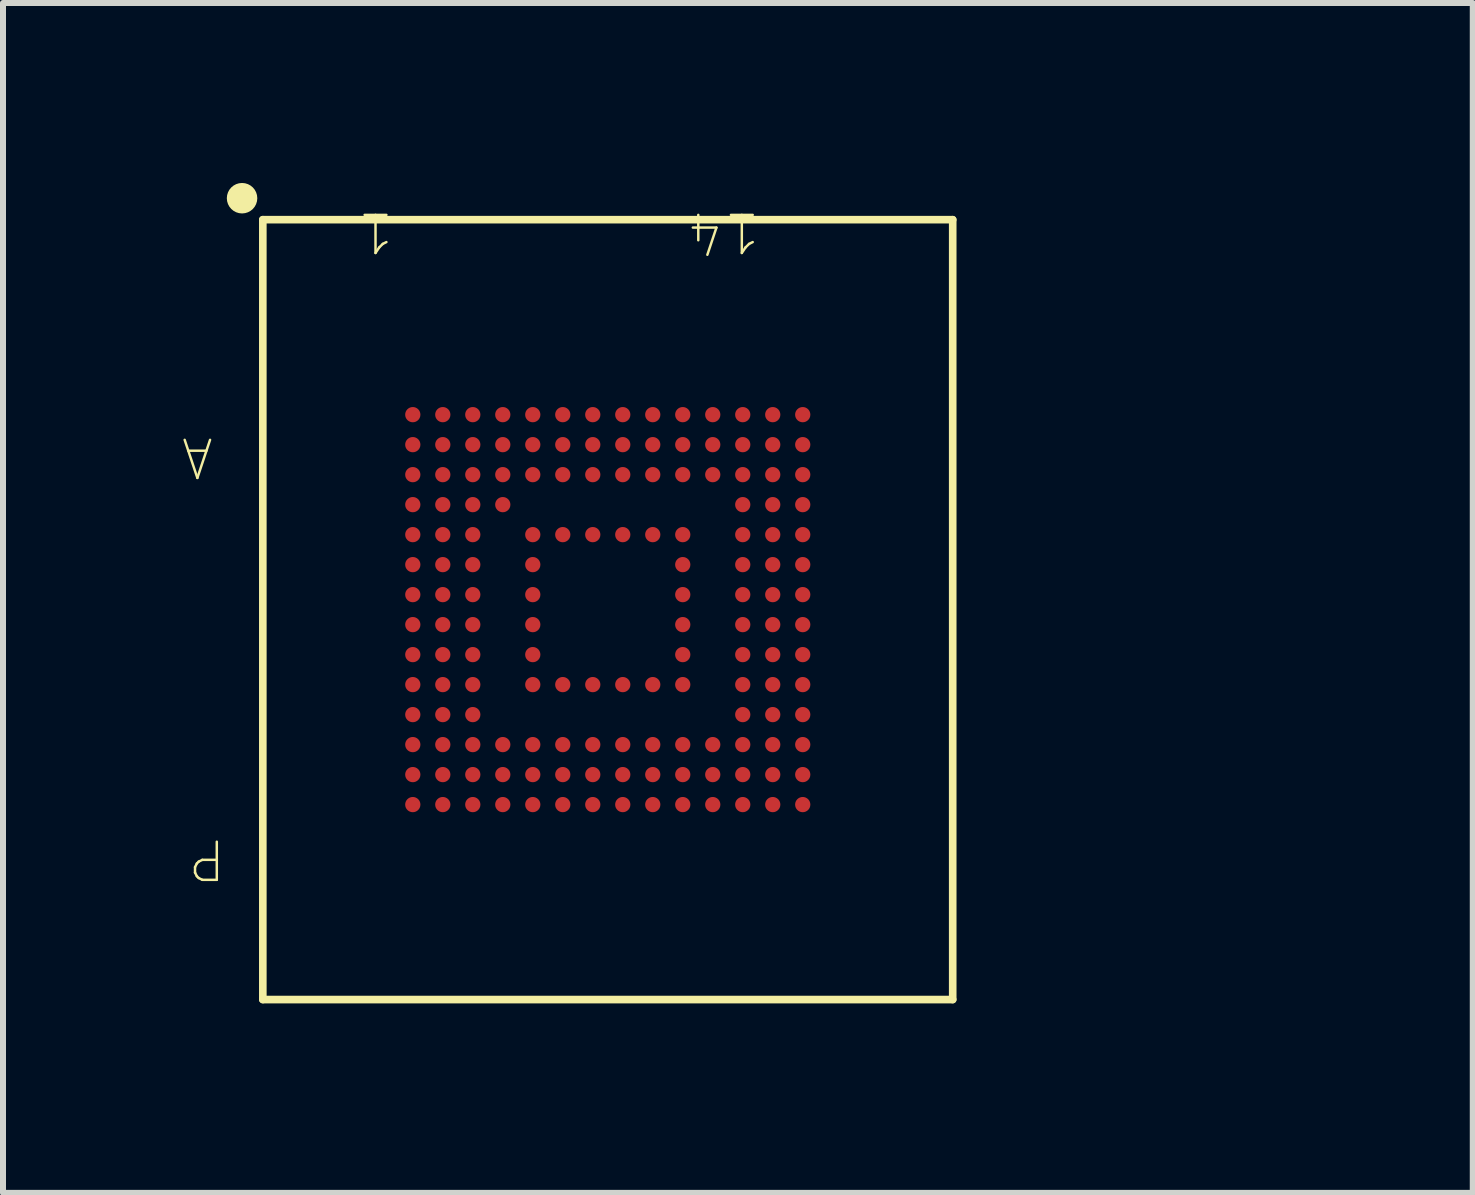
<source format=kicad_pcb>
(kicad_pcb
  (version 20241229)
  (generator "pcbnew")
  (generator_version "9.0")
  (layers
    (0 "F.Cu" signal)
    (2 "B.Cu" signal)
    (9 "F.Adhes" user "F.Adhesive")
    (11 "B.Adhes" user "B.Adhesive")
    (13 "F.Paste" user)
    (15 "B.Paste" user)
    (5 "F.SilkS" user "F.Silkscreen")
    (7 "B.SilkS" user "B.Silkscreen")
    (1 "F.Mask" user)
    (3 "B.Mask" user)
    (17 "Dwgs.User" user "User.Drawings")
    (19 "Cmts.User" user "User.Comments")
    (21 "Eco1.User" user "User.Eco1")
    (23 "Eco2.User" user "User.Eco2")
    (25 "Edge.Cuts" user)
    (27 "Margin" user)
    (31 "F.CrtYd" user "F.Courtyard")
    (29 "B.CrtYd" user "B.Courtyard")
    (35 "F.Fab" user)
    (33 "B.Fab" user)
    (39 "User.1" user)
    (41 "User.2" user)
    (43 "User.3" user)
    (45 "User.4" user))
  (footprint "BGA153_P14_P5_11P5X13"
    (layer "F.Cu")
    (at 7.081 7.112)
    (property "Reference" "BGA153_P14_P5_11P5X13" (at -0.206 0.264 90) (unlocked yes) (layer "Eco1.User") (effects (font (size 0.33 0.33) (thickness 0.02)) (justify left bottom mirror)))
    (fp_line (start -5.75 -6.5) (end -5.75 6.5) (stroke (width 0.127) (type solid)) (layer "F.SilkS"))
    (fp_line (start 5.75 -6.5) (end -5.75 -6.5) (stroke (width 0.127) (type solid)) (layer "F.SilkS"))
    (fp_line (start 5.75 -6.5) (end 5.75 6.5) (stroke (width 0.127) (type solid)) (layer "F.SilkS"))
    (fp_line (start 5.75 6.5) (end -5.75 6.5) (stroke (width 0.127) (type solid)) (layer "F.SilkS"))
    (fp_circle (center -6.096 -6.858) (end -5.969 -6.858) (stroke (width 0.254) (type solid)) (fill no) (layer "F.SilkS"))
    (fp_line (start -5.75 -6.5) (end -5.75 6.5) (stroke (width 0.025) (type solid)) (layer "Eco1.User"))
    (fp_line (start 5.75 -6.5) (end -5.75 -6.5) (stroke (width 0.025) (type solid)) (layer "Eco1.User"))
    (fp_line (start 5.75 -6.5) (end 5.75 6.5) (stroke (width 0.025) (type solid)) (layer "Eco1.User"))
    (fp_line (start 5.75 6.5) (end -5.75 6.5) (stroke (width 0.025) (type solid)) (layer "Eco1.User"))
    (fp_circle (center -5.461 -6.223) (end -5.334 -6.223) (stroke (width 0.254) (type solid)) (fill no) (layer "Eco1.User"))
    (fp_poly (pts (xy -5.75 6.5) (xy 5.75 6.5) (xy 5.75 -6.5) (xy -5.75 -6.5)) (stroke (width 0.1) (type default)) (fill no) (layer "User.8"))
    (fp_text user "1" (at -3.542 -6.66 180) (unlocked yes) (layer "F.SilkS") (effects (font (size 0.635 0.635) (thickness 0.041)) (justify left bottom)))
    (fp_text user "P" (at -6.339 3.789 180) (unlocked yes) (layer "F.SilkS") (effects (font (size 0.635 0.635) (thickness 0.041)) (justify left bottom)))
    (fp_text user "14" (at 2.564 -6.66 180) (unlocked yes) (layer "F.SilkS") (effects (font (size 0.635 0.635) (thickness 0.041)) (justify left bottom)))
    (fp_text user "A" (at -6.542 -2.91 180) (unlocked yes) (layer "F.SilkS") (effects (font (size 0.635 0.635) (thickness 0.041)) (justify left bottom)))
    (fp_text user "D1" (at -3.25 -1.563 180) (unlocked yes) (layer "Eco1.User") (effects (font (size 0.203 0.203) (thickness 0.02)) (justify left bottom mirror)))
    (fp_text user "J10" (at 1.25 1.019 180) (unlocked yes) (layer "Eco1.User") (effects (font (size 0.203 0.203) (thickness 0.02)) (justify left bottom mirror)))
    (fp_text user "J2" (at -2.75 0.938 180) (unlocked yes) (layer "Eco1.User") (effects (font (size 0.203 0.203) (thickness 0.02)) (justify left bottom mirror)))
    (fp_text user "L14" (at 3.25 2.019 180) (unlocked yes) (layer "Eco1.User") (effects (font (size 0.203 0.203) (thickness 0.02)) (justify left bottom mirror)))
    (fp_text user "J12" (at 2.25 1.019 180) (unlocked yes) (layer "Eco1.User") (effects (font (size 0.203 0.203) (thickness 0.02)) (justify left bottom mirror)))
    (fp_text user "E14" (at 3.25 -0.981 180) (unlocked yes) (layer "Eco1.User") (effects (font (size 0.203 0.203) (thickness 0.02)) (justify left bottom mirror)))
    (fp_text user "B10" (at 1.25 -2.481 180) (unlocked yes) (layer "Eco1.User") (effects (font (size 0.203 0.203) (thickness 0.02)) (justify left bottom mirror)))
    (fp_text user "C10" (at 1.25 -1.981 180) (unlocked yes) (layer "Eco1.User") (effects (font (size 0.203 0.203) (thickness 0.02)) (justify left bottom mirror)))
    (fp_text user "P3" (at -2.25 3.437 180) (unlocked yes) (layer "Eco1.User") (effects (font (size 0.203 0.203) (thickness 0.02)) (justify left bottom mirror)))
    (fp_text user "B12" (at 2.25 -2.481 180) (unlocked yes) (layer "Eco1.User") (effects (font (size 0.203 0.203) (thickness 0.02)) (justify left bottom mirror)))
    (fp_text user "M9" (at 0.75 2.437 180) (unlocked yes) (layer "Eco1.User") (effects (font (size 0.203 0.203) (thickness 0.02)) (justify left bottom mirror)))
    (fp_text user "P11" (at 1.75 3.519 180) (unlocked yes) (layer "Eco1.User") (effects (font (size 0.203 0.203) (thickness 0.02)) (justify left bottom mirror)))
    (fp_text user "F5" (at -1.25 -0.563 180) (unlocked yes) (layer "Eco1.User") (effects (font (size 0.203 0.203) (thickness 0.02)) (justify left bottom mirror)))
    (fp_text user "J14" (at 3.25 1.019 180) (unlocked yes) (layer "Eco1.User") (effects (font (size 0.203 0.203) (thickness 0.02)) (justify left bottom mirror)))
    (fp_text user "L1" (at -3.25 1.938 180) (unlocked yes) (layer "Eco1.User") (effects (font (size 0.203 0.203) (thickness 0.02)) (justify left bottom mirror)))
    (fp_text user "N4" (at -1.75 2.938 180) (unlocked yes) (layer "Eco1.User") (effects (font (size 0.203 0.203) (thickness 0.02)) (justify left bottom mirror)))
    (fp_text user "A1" (at -3.25 -3.062 180) (unlocked yes) (layer "Eco1.User") (effects (font (size 0.203 0.203) (thickness 0.02)) (justify left bottom mirror)))
    (fp_text user "K10" (at 1.25 1.519 180) (unlocked yes) (layer "Eco1.User") (effects (font (size 0.203 0.203) (thickness 0.02)) (justify left bottom mirror)))
    (fp_text user "L13" (at 2.75 2.019 180) (unlocked yes) (layer "Eco1.User") (effects (font (size 0.203 0.203) (thickness 0.02)) (justify left bottom mirror)))
    (fp_text user "K7" (at -0.25 1.437 180) (unlocked yes) (layer "Eco1.User") (effects (font (size 0.203 0.203) (thickness 0.02)) (justify left bottom mirror)))
    (fp_text user "C4" (at -1.75 -2.062 180) (unlocked yes) (layer "Eco1.User") (effects (font (size 0.203 0.203) (thickness 0.02)) (justify left bottom mirror)))
    (fp_text user "B6" (at -0.75 -2.563 180) (unlocked yes) (layer "Eco1.User") (effects (font (size 0.203 0.203) (thickness 0.02)) (justify left bottom mirror)))
    (fp_text user "A5" (at -1.25 -3.062 180) (unlocked yes) (layer "Eco1.User") (effects (font (size 0.203 0.203) (thickness 0.02)) (justify left bottom mirror)))
    (fp_text user "F2" (at -2.75 -0.563 180) (unlocked yes) (layer "Eco1.User") (effects (font (size 0.203 0.203) (thickness 0.02)) (justify left bottom mirror)))
    (fp_text user "H5" (at -1.25 0.437 180) (unlocked yes) (layer "Eco1.User") (effects (font (size 0.203 0.203) (thickness 0.02)) (justify left bottom mirror)))
    (fp_text user "E1" (at -3.25 -1.062 180) (unlocked yes) (layer "Eco1.User") (effects (font (size 0.203 0.203) (thickness 0.02)) (justify left bottom mirror)))
    (fp_text user "L3" (at -2.25 1.938 180) (unlocked yes) (layer "Eco1.User") (effects (font (size 0.203 0.203) (thickness 0.02)) (justify left bottom mirror)))
    (fp_text user "F13" (at 2.75 -0.481 180) (unlocked yes) (layer "Eco1.User") (effects (font (size 0.203 0.203) (thickness 0.02)) (justify left bottom mirror)))
    (fp_text user "N14" (at 3.25 3.019 180) (unlocked yes) (layer "Eco1.User") (effects (font (size 0.203 0.203) (thickness 0.02)) (justify left bottom mirror)))
    (fp_text user "J5" (at -1.25 0.938 180) (unlocked yes) (layer "Eco1.User") (effects (font (size 0.203 0.203) (thickness 0.02)) (justify left bottom mirror)))
    (fp_text user "C9" (at 0.75 -2.062 180) (unlocked yes) (layer "Eco1.User") (effects (font (size 0.203 0.203) (thickness 0.02)) (justify left bottom mirror)))
    (fp_text user "M1" (at -3.25 2.437 180) (unlocked yes) (layer "Eco1.User") (effects (font (size 0.203 0.203) (thickness 0.02)) (justify left bottom mirror)))
    (fp_text user "14" (at 2.54 -6.653 180) (unlocked yes) (layer "Eco1.User") (effects (font (size 0.635 0.635) (thickness 0.041)) (justify left bottom mirror)))
    (fp_text user "K8" (at 0.25 1.437 180) (unlocked yes) (layer "Eco1.User") (effects (font (size 0.203 0.203) (thickness 0.02)) (justify left bottom mirror)))
    (fp_text user "P14" (at 3.25 3.519 180) (unlocked yes) (layer "Eco1.User") (effects (font (size 0.203 0.203) (thickness 0.02)) (justify left bottom mirror)))
    (fp_text user "B3" (at -2.25 -2.563 180) (unlocked yes) (layer "Eco1.User") (effects (font (size 0.203 0.203) (thickness 0.02)) (justify left bottom mirror)))
    (fp_text user "A12" (at 2.25 -2.981 180) (unlocked yes) (layer "Eco1.User") (effects (font (size 0.203 0.203) (thickness 0.02)) (justify left bottom mirror)))
    (fp_text user "M14" (at 3.25 2.519 180) (unlocked yes) (layer "Eco1.User") (effects (font (size 0.203 0.203) (thickness 0.02)) (justify left bottom mirror)))
    (fp_text user "P7" (at -0.25 3.437 180) (unlocked yes) (layer "Eco1.User") (effects (font (size 0.203 0.203) (thickness 0.02)) (justify left bottom mirror)))
    (fp_text user "D12" (at 2.25 -1.481 180) (unlocked yes) (layer "Eco1.User") (effects (font (size 0.203 0.203) (thickness 0.02)) (justify left bottom mirror)))
    (fp_text user "B1" (at -3.25 -2.563 180) (unlocked yes) (layer "Eco1.User") (effects (font (size 0.203 0.203) (thickness 0.02)) (justify left bottom mirror)))
    (fp_text user "G1" (at -3.25 -0.062 180) (unlocked yes) (layer "Eco1.User") (effects (font (size 0.203 0.203) (thickness 0.02)) (justify left bottom mirror)))
    (fp_text user "EMMC04G-MT32-01G10" (at -0.127 -3.859 180) (unlocked yes) (layer "Eco1.User") (effects (font (size 0.635 0.635) (thickness 0.041)) (justify left bottom mirror)))
    (fp_text user "E9" (at 0.75 -1.062 180) (unlocked yes) (layer "Eco1.User") (effects (font (size 0.203 0.203) (thickness 0.02)) (justify left bottom mirror)))
    (fp_text user "H3" (at -2.25 0.437 180) (unlocked yes) (layer "Eco1.User") (effects (font (size 0.203 0.203) (thickness 0.02)) (justify left bottom mirror)))
    (fp_text user "C5" (at -1.25 -2.062 180) (unlocked yes) (layer "Eco1.User") (effects (font (size 0.203 0.203) (thickness 0.02)) (justify left bottom mirror)))
    (fp_text user "M4" (at -1.75 2.437 180) (unlocked yes) (layer "Eco1.User") (effects (font (size 0.203 0.203) (thickness 0.02)) (justify left bottom mirror)))
    (fp_text user "M7" (at -0.25 2.437 180) (unlocked yes) (layer "Eco1.User") (effects (font (size 0.203 0.203) (thickness 0.02)) (justify left bottom mirror)))
    (fp_text user "M8" (at 0.25 2.437 180) (unlocked yes) (layer "Eco1.User") (effects (font (size 0.203 0.203) (thickness 0.02)) (justify left bottom mirror)))
    (fp_text user "B2" (at -2.75 -2.563 180) (unlocked yes) (layer "Eco1.User") (effects (font (size 0.203 0.203) (thickness 0.02)) (justify left bottom mirror)))
    (fp_text user "K14" (at 3.25 1.519 180) (unlocked yes) (layer "Eco1.User") (effects (font (size 0.203 0.203) (thickness 0.02)) (justify left bottom mirror)))
    (fp_text user "B11" (at 1.75 -2.481 180) (unlocked yes) (layer "Eco1.User") (effects (font (size 0.203 0.203) (thickness 0.02)) (justify left bottom mirror)))
    (fp_text user "N12" (at 2.25 3.019 180) (unlocked yes) (layer "Eco1.User") (effects (font (size 0.203 0.203) (thickness 0.02)) (justify left bottom mirror)))
    (fp_text user "B8" (at 0.25 -2.563 180) (unlocked yes) (layer "Eco1.User") (effects (font (size 0.203 0.203) (thickness 0.02)) (justify left bottom mirror)))
    (fp_text user "D4" (at -1.75 -1.563 180) (unlocked yes) (layer "Eco1.User") (effects (font (size 0.203 0.203) (thickness 0.02)) (justify left bottom mirror)))
    (fp_text user "P12" (at 2.25 3.519 180) (unlocked yes) (layer "Eco1.User") (effects (font (size 0.203 0.203) (thickness 0.02)) (justify left bottom mirror)))
    (fp_text user "F3" (at -2.25 -0.563 180) (unlocked yes) (layer "Eco1.User") (effects (font (size 0.203 0.203) (thickness 0.02)) (justify left bottom mirror)))
    (fp_text user "D14" (at 3.25 -1.481 180) (unlocked yes) (layer "Eco1.User") (effects (font (size 0.203 0.203) (thickness 0.02)) (justify left bottom mirror)))
    (fp_text user "C12" (at 2.25 -1.981 180) (unlocked yes) (layer "Eco1.User") (effects (font (size 0.203 0.203) (thickness 0.02)) (justify left bottom mirror)))
    (fp_text user "B7" (at -0.25 -2.563 180) (unlocked yes) (layer "Eco1.User") (effects (font (size 0.203 0.203) (thickness 0.02)) (justify left bottom mirror)))
    (fp_text user "H1" (at -3.25 0.437 180) (unlocked yes) (layer "Eco1.User") (effects (font (size 0.203 0.203) (thickness 0.02)) (justify left bottom mirror)))
    (fp_text user "A" (at -6.477 -2.843 180) (unlocked yes) (layer "Eco1.User") (effects (font (size 0.635 0.635) (thickness 0.041)) (justify left bottom mirror)))
    (fp_text user "B4" (at -1.75 -2.563 180) (unlocked yes) (layer "Eco1.User") (effects (font (size 0.203 0.203) (thickness 0.02)) (justify left bottom mirror)))
    (fp_text user "A9" (at 0.75 -3.062 180) (unlocked yes) (layer "Eco1.User") (effects (font (size 0.203 0.203) (thickness 0.02)) (justify left bottom mirror)))
    (fp_text user "B14" (at 3.25 -2.481 180) (unlocked yes) (layer "Eco1.User") (effects (font (size 0.203 0.203) (thickness 0.02)) (justify left bottom mirror)))
    (fp_text user "P10" (at 1.25 3.519 180) (unlocked yes) (layer "Eco1.User") (effects (font (size 0.203 0.203) (thickness 0.02)) (justify left bottom mirror)))
    (fp_text user "L2" (at -2.75 1.938 180) (unlocked yes) (layer "Eco1.User") (effects (font (size 0.203 0.203) (thickness 0.02)) (justify left bottom mirror)))
    (fp_text user "M10" (at 1.25 2.519 180) (unlocked yes) (layer "Eco1.User") (effects (font (size 0.203 0.203) (thickness 0.02)) (justify left bottom mirror)))
    (fp_text user "N1" (at -3.25 2.938 180) (unlocked yes) (layer "Eco1.User") (effects (font (size 0.203 0.203) (thickness 0.02)) (justify left bottom mirror)))
    (fp_text user "N13" (at 2.75 3.019 180) (unlocked yes) (layer "Eco1.User") (effects (font (size 0.203 0.203) (thickness 0.02)) (justify left bottom mirror)))
    (fp_text user "H10" (at 1.25 0.519 180) (unlocked yes) (layer "Eco1.User") (effects (font (size 0.203 0.203) (thickness 0.02)) (justify left bottom mirror)))
    (fp_text user "F12" (at 2.25 -0.481 180) (unlocked yes) (layer "Eco1.User") (effects (font (size 0.203 0.203) (thickness 0.02)) (justify left bottom mirror)))
    (fp_text user "P9" (at 0.75 3.437 180) (unlocked yes) (layer "Eco1.User") (effects (font (size 0.203 0.203) (thickness 0.02)) (justify left bottom mirror)))
    (fp_text user "C14" (at 3.25 -1.981 180) (unlocked yes) (layer "Eco1.User") (effects (font (size 0.203 0.203) (thickness 0.02)) (justify left bottom mirror)))
    (fp_text user "E3" (at -2.25 -1.062 180) (unlocked yes) (layer "Eco1.User") (effects (font (size 0.203 0.203) (thickness 0.02)) (justify left bottom mirror)))
    (fp_text user "A4" (at -1.75 -3.062 180) (unlocked yes) (layer "Eco1.User") (effects (font (size 0.203 0.203) (thickness 0.02)) (justify left bottom mirror)))
    (fp_text user "N3" (at -2.25 2.938 180) (unlocked yes) (layer "Eco1.User") (effects (font (size 0.203 0.203) (thickness 0.02)) (justify left bottom mirror)))
    (fp_text user "K1" (at -3.25 1.437 180) (unlocked yes) (layer "Eco1.User") (effects (font (size 0.203 0.203) (thickness 0.02)) (justify left bottom mirror)))
    (fp_text user "C11" (at 1.75 -1.981 180) (unlocked yes) (layer "Eco1.User") (effects (font (size 0.203 0.203) (thickness 0.02)) (justify left bottom mirror)))
    (fp_text user "J3" (at -2.25 0.938 180) (unlocked yes) (layer "Eco1.User") (effects (font (size 0.203 0.203) (thickness 0.02)) (justify left bottom mirror)))
    (fp_text user "N2" (at -2.75 2.938 180) (unlocked yes) (layer "Eco1.User") (effects (font (size 0.203 0.203) (thickness 0.02)) (justify left bottom mirror)))
    (fp_text user "M6" (at -0.75 2.437 180) (unlocked yes) (layer "Eco1.User") (effects (font (size 0.203 0.203) (thickness 0.02)) (justify left bottom mirror)))
    (fp_text user "C6" (at -0.75 -2.062 180) (unlocked yes) (layer "Eco1.User") (effects (font (size 0.203 0.203) (thickness 0.02)) (justify left bottom mirror)))
    (fp_text user "A3" (at -2.25 -3.062 180) (unlocked yes) (layer "Eco1.User") (effects (font (size 0.203 0.203) (thickness 0.02)) (justify left bottom mirror)))
    (fp_text user "A10" (at 1.25 -2.981 180) (unlocked yes) (layer "Eco1.User") (effects (font (size 0.203 0.203) (thickness 0.02)) (justify left bottom mirror)))
    (fp_text user "B9" (at 0.75 -2.563 180) (unlocked yes) (layer "Eco1.User") (effects (font (size 0.203 0.203) (thickness 0.02)) (justify left bottom mirror)))
    (fp_text user "N6" (at -0.75 2.938 180) (unlocked yes) (layer "Eco1.User") (effects (font (size 0.203 0.203) (thickness 0.02)) (justify left bottom mirror)))
    (fp_text user "G10" (at 1.25 0.019 180) (unlocked yes) (layer "Eco1.User") (effects (font (size 0.203 0.203) (thickness 0.02)) (justify left bottom mirror)))
    (fp_text user "M5" (at -1.25 2.437 180) (unlocked yes) (layer "Eco1.User") (effects (font (size 0.203 0.203) (thickness 0.02)) (justify left bottom mirror)))
    (fp_text user "C13" (at 2.75 -1.981 180) (unlocked yes) (layer "Eco1.User") (effects (font (size 0.203 0.203) (thickness 0.02)) (justify left bottom mirror)))
    (fp_text user "F10" (at 1.25 -0.481 180) (unlocked yes) (layer "Eco1.User") (effects (font (size 0.203 0.203) (thickness 0.02)) (justify left bottom mirror)))
    (fp_text user "A14" (at 3.25 -2.981 180) (unlocked yes) (layer "Eco1.User") (effects (font (size 0.203 0.203) (thickness 0.02)) (justify left bottom mirror)))
    (fp_text user "H13" (at 2.75 0.519 180) (unlocked yes) (layer "Eco1.User") (effects (font (size 0.203 0.203) (thickness 0.02)) (justify left bottom mirror)))
    (fp_text user "A7" (at -0.25 -3.062 180) (unlocked yes) (layer "Eco1.User") (effects (font (size 0.203 0.203) (thickness 0.02)) (justify left bottom mirror)))
    (fp_text user "G12" (at 2.25 0.019 180) (unlocked yes) (layer "Eco1.User") (effects (font (size 0.203 0.203) (thickness 0.02)) (justify left bottom mirror)))
    (fp_text user "M2" (at -2.75 2.437 180) (unlocked yes) (layer "Eco1.User") (effects (font (size 0.203 0.203) (thickness 0.02)) (justify left bottom mirror)))
    (fp_text user "E12" (at 2.25 -0.981 180) (unlocked yes) (layer "Eco1.User") (effects (font (size 0.203 0.203) (thickness 0.02)) (justify left bottom mirror)))
    (fp_text user "E13" (at 2.75 -0.981 180) (unlocked yes) (layer "Eco1.User") (effects (font (size 0.203 0.203) (thickness 0.02)) (justify left bottom mirror)))
    (fp_text user "C8" (at 0.25 -2.062 180) (unlocked yes) (layer "Eco1.User") (effects (font (size 0.203 0.203) (thickness 0.02)) (justify left bottom mirror)))
    (fp_text user "H12" (at 2.25 0.519 180) (unlocked yes) (layer "Eco1.User") (effects (font (size 0.203 0.203) (thickness 0.02)) (justify left bottom mirror)))
    (fp_text user "P13" (at 2.75 3.519 180) (unlocked yes) (layer "Eco1.User") (effects (font (size 0.203 0.203) (thickness 0.02)) (justify left bottom mirror)))
    (fp_text user "N7" (at -0.25 2.938 180) (unlocked yes) (layer "Eco1.User") (effects (font (size 0.203 0.203) (thickness 0.02)) (justify left bottom mirror)))
    (fp_text user "G3" (at -2.25 -0.062 180) (unlocked yes) (layer "Eco1.User") (effects (font (size 0.203 0.203) (thickness 0.02)) (justify left bottom mirror)))
    (fp_text user "G2" (at -2.75 -0.062 180) (unlocked yes) (layer "Eco1.User") (effects (font (size 0.203 0.203) (thickness 0.02)) (justify left bottom mirror)))
    (fp_text user "E10" (at 1.25 -0.981 180) (unlocked yes) (layer "Eco1.User") (effects (font (size 0.203 0.203) (thickness 0.02)) (justify left bottom mirror)))
    (fp_text user "K2" (at -2.75 1.437 180) (unlocked yes) (layer "Eco1.User") (effects (font (size 0.203 0.203) (thickness 0.02)) (justify left bottom mirror)))
    (fp_text user "P" (at -6.477 3.888 180) (unlocked yes) (layer "Eco1.User") (effects (font (size 0.635 0.635) (thickness 0.041)) (justify left bottom mirror)))
    (fp_text user "N5" (at -1.25 2.938 180) (unlocked yes) (layer "Eco1.User") (effects (font (size 0.203 0.203) (thickness 0.02)) (justify left bottom mirror)))
    (fp_text user "E7" (at -0.25 -1.062 180) (unlocked yes) (layer "Eco1.User") (effects (font (size 0.203 0.203) (thickness 0.02)) (justify left bottom mirror)))
    (fp_text user "K9" (at 0.75 1.437 180) (unlocked yes) (layer "Eco1.User") (effects (font (size 0.203 0.203) (thickness 0.02)) (justify left bottom mirror)))
    (fp_text user "K12" (at 2.25 1.519 180) (unlocked yes) (layer "Eco1.User") (effects (font (size 0.203 0.203) (thickness 0.02)) (justify left bottom mirror)))
    (fp_text user "F14" (at 3.25 -0.481 180) (unlocked yes) (layer "Eco1.User") (effects (font (size 0.203 0.203) (thickness 0.02)) (justify left bottom mirror)))
    (fp_text user "A13" (at 2.75 -2.981 180) (unlocked yes) (layer "Eco1.User") (effects (font (size 0.203 0.203) (thickness 0.02)) (justify left bottom mirror)))
    (fp_text user "G14" (at 3.25 0.019 180) (unlocked yes) (layer "Eco1.User") (effects (font (size 0.203 0.203) (thickness 0.02)) (justify left bottom mirror)))
    (fp_text user "P1" (at -3.25 3.437 180) (unlocked yes) (layer "Eco1.User") (effects (font (size 0.203 0.203) (thickness 0.02)) (justify left bottom mirror)))
    (fp_text user "P6" (at -0.75 3.437 180) (unlocked yes) (layer "Eco1.User") (effects (font (size 0.203 0.203) (thickness 0.02)) (justify left bottom mirror)))
    (fp_text user "L12" (at 2.25 2.019 180) (unlocked yes) (layer "Eco1.User") (effects (font (size 0.203 0.203) (thickness 0.02)) (justify left bottom mirror)))
    (fp_text user "A11" (at 1.75 -2.981 180) (unlocked yes) (layer "Eco1.User") (effects (font (size 0.203 0.203) (thickness 0.02)) (justify left bottom mirror)))
    (fp_text user "E6" (at -0.75 -1.062 180) (unlocked yes) (layer "Eco1.User") (effects (font (size 0.203 0.203) (thickness 0.02)) (justify left bottom mirror)))
    (fp_text user "K5" (at -1.25 1.437 180) (unlocked yes) (layer "Eco1.User") (effects (font (size 0.203 0.203) (thickness 0.02)) (justify left bottom mirror)))
    (fp_text user "A8" (at 0.25 -3.062 180) (unlocked yes) (layer "Eco1.User") (effects (font (size 0.203 0.203) (thickness 0.02)) (justify left bottom mirror)))
    (fp_text user "N8" (at 0.25 2.938 180) (unlocked yes) (layer "Eco1.User") (effects (font (size 0.203 0.203) (thickness 0.02)) (justify left bottom mirror)))
    (fp_text user "M3" (at -2.25 2.437 180) (unlocked yes) (layer "Eco1.User") (effects (font (size 0.203 0.203) (thickness 0.02)) (justify left bottom mirror)))
    (fp_text user "P5" (at -1.25 3.437 180) (unlocked yes) (layer "Eco1.User") (effects (font (size 0.203 0.203) (thickness 0.02)) (justify left bottom mirror)))
    (fp_text user "H14" (at 3.25 0.519 180) (unlocked yes) (layer "Eco1.User") (effects (font (size 0.203 0.203) (thickness 0.02)) (justify left bottom mirror)))
    (fp_text user "J13" (at 2.75 1.019 180) (unlocked yes) (layer "Eco1.User") (effects (font (size 0.203 0.203) (thickness 0.02)) (justify left bottom mirror)))
    (fp_text user "K6" (at -0.75 1.437 180) (unlocked yes) (layer "Eco1.User") (effects (font (size 0.203 0.203) (thickness 0.02)) (justify left bottom mirror)))
    (fp_text user "D13" (at 2.75 -1.481 180) (unlocked yes) (layer "Eco1.User") (effects (font (size 0.203 0.203) (thickness 0.02)) (justify left bottom mirror)))
    (fp_text user "F1" (at -3.25 -0.563 180) (unlocked yes) (layer "Eco1.User") (effects (font (size 0.203 0.203) (thickness 0.02)) (justify left bottom mirror)))
    (fp_text user "P4" (at -1.75 3.437 180) (unlocked yes) (layer "Eco1.User") (effects (font (size 0.203 0.203) (thickness 0.02)) (justify left bottom mirror)))
    (fp_text user "K13" (at 2.75 1.519 180) (unlocked yes) (layer "Eco1.User") (effects (font (size 0.203 0.203) (thickness 0.02)) (justify left bottom mirror)))
    (fp_text user "1" (at -3.683 -6.653 180) (unlocked yes) (layer "Eco1.User") (effects (font (size 0.635 0.635) (thickness 0.041)) (justify left bottom mirror)))
    (fp_text user "M12" (at 2.25 2.519 180) (unlocked yes) (layer "Eco1.User") (effects (font (size 0.203 0.203) (thickness 0.02)) (justify left bottom mirror)))
    (fp_text user "M13" (at 2.75 2.519 180) (unlocked yes) (layer "Eco1.User") (effects (font (size 0.203 0.203) (thickness 0.02)) (justify left bottom mirror)))
    (fp_text user "E8" (at 0.25 -1.062 180) (unlocked yes) (layer "Eco1.User") (effects (font (size 0.203 0.203) (thickness 0.02)) (justify left bottom mirror)))
    (fp_text user "D3" (at -2.25 -1.563 180) (unlocked yes) (layer "Eco1.User") (effects (font (size 0.203 0.203) (thickness 0.02)) (justify left bottom mirror)))
    (fp_text user "A2" (at -2.75 -3.062 180) (unlocked yes) (layer "Eco1.User") (effects (font (size 0.203 0.203) (thickness 0.02)) (justify left bottom mirror)))
    (fp_text user "N9" (at 0.75 2.938 180) (unlocked yes) (layer "Eco1.User") (effects (font (size 0.203 0.203) (thickness 0.02)) (justify left bottom mirror)))
    (fp_text user "G5" (at -1.25 -0.062 180) (unlocked yes) (layer "Eco1.User") (effects (font (size 0.203 0.203) (thickness 0.02)) (justify left bottom mirror)))
    (fp_text user "C1" (at -3.25 -2.062 180) (unlocked yes) (layer "Eco1.User") (effects (font (size 0.203 0.203) (thickness 0.02)) (justify left bottom mirror)))
    (fp_text user "B13" (at 2.75 -2.481 180) (unlocked yes) (layer "Eco1.User") (effects (font (size 0.203 0.203) (thickness 0.02)) (justify left bottom mirror)))
    (fp_text user "D2" (at -2.75 -1.563 180) (unlocked yes) (layer "Eco1.User") (effects (font (size 0.203 0.203) (thickness 0.02)) (justify left bottom mirror)))
    (fp_text user "E2" (at -2.75 -1.062 180) (unlocked yes) (layer "Eco1.User") (effects (font (size 0.203 0.203) (thickness 0.02)) (justify left bottom mirror)))
    (fp_text user "P2" (at -2.75 3.437 180) (unlocked yes) (layer "Eco1.User") (effects (font (size 0.203 0.203) (thickness 0.02)) (justify left bottom mirror)))
    (fp_text user "M11" (at 1.75 2.519 180) (unlocked yes) (layer "Eco1.User") (effects (font (size 0.203 0.203) (thickness 0.02)) (justify left bottom mirror)))
    (fp_text user "J1" (at -3.25 0.938 180) (unlocked yes) (layer "Eco1.User") (effects (font (size 0.203 0.203) (thickness 0.02)) (justify left bottom mirror)))
    (fp_text user "B5" (at -1.25 -2.563 180) (unlocked yes) (layer "Eco1.User") (effects (font (size 0.203 0.203) (thickness 0.02)) (justify left bottom mirror)))
    (fp_text user "C7" (at -0.25 -2.062 180) (unlocked yes) (layer "Eco1.User") (effects (font (size 0.203 0.203) (thickness 0.02)) (justify left bottom mirror)))
    (fp_text user "N10" (at 1.25 3.019 180) (unlocked yes) (layer "Eco1.User") (effects (font (size 0.203 0.203) (thickness 0.02)) (justify left bottom mirror)))
    (fp_text user "C2" (at -2.75 -2.062 180) (unlocked yes) (layer "Eco1.User") (effects (font (size 0.203 0.203) (thickness 0.02)) (justify left bottom mirror)))
    (fp_text user "H2" (at -2.75 0.437 180) (unlocked yes) (layer "Eco1.User") (effects (font (size 0.203 0.203) (thickness 0.02)) (justify left bottom mirror)))
    (fp_text user "C3" (at -2.25 -2.062 180) (unlocked yes) (layer "Eco1.User") (effects (font (size 0.203 0.203) (thickness 0.02)) (justify left bottom mirror)))
    (fp_text user "K3" (at -2.25 1.437 180) (unlocked yes) (layer "Eco1.User") (effects (font (size 0.203 0.203) (thickness 0.02)) (justify left bottom mirror)))
    (fp_text user "N11" (at 1.75 3.019 180) (unlocked yes) (layer "Eco1.User") (effects (font (size 0.203 0.203) (thickness 0.02)) (justify left bottom mirror)))
    (fp_text user "P8" (at 0.25 3.437 180) (unlocked yes) (layer "Eco1.User") (effects (font (size 0.203 0.203) (thickness 0.02)) (justify left bottom mirror)))
    (fp_text user "E5" (at -1.25 -1.062 180) (unlocked yes) (layer "Eco1.User") (effects (font (size 0.203 0.203) (thickness 0.02)) (justify left bottom mirror)))
    (fp_text user "A6" (at -0.75 -3.062 180) (unlocked yes) (layer "Eco1.User") (effects (font (size 0.203 0.203) (thickness 0.02)) (justify left bottom mirror)))
    (fp_text user "G13" (at 2.75 0.019 180) (unlocked yes) (layer "Eco1.User") (effects (font (size 0.203 0.203) (thickness 0.02)) (justify left bottom mirror)))
    (pad "A1" smd circle (at -3.25 -3.25 270) (size 0.254 0.254) (layers "F.Cu" "F.Mask" "F.Paste"))
    (pad "A2" smd circle (at -2.75 -3.25 270) (size 0.254 0.254) (layers "F.Cu" "F.Mask" "F.Paste"))
    (pad "A3" smd circle (at -2.25 -3.25 270) (size 0.254 0.254) (layers "F.Cu" "F.Mask" "F.Paste"))
    (pad "A4" smd circle (at -1.75 -3.25 270) (size 0.254 0.254) (layers "F.Cu" "F.Mask" "F.Paste"))
    (pad "A5" smd circle (at -1.25 -3.25 270) (size 0.254 0.254) (layers "F.Cu" "F.Mask" "F.Paste"))
    (pad "A6" smd circle (at -0.75 -3.25 270) (size 0.254 0.254) (layers "F.Cu" "F.Mask" "F.Paste"))
    (pad "A7" smd circle (at -0.25 -3.25 270) (size 0.254 0.254) (layers "F.Cu" "F.Mask" "F.Paste"))
    (pad "A8" smd circle (at 0.25 -3.25 270) (size 0.254 0.254) (layers "F.Cu" "F.Mask" "F.Paste"))
    (pad "A9" smd circle (at 0.75 -3.25 270) (size 0.254 0.254) (layers "F.Cu" "F.Mask" "F.Paste"))
    (pad "A10" smd circle (at 1.25 -3.25 270) (size 0.254 0.254) (layers "F.Cu" "F.Mask" "F.Paste"))
    (pad "A11" smd circle (at 1.75 -3.25 270) (size 0.254 0.254) (layers "F.Cu" "F.Mask" "F.Paste"))
    (pad "A12" smd circle (at 2.25 -3.25 270) (size 0.254 0.254) (layers "F.Cu" "F.Mask" "F.Paste"))
    (pad "A13" smd circle (at 2.75 -3.25 270) (size 0.254 0.254) (layers "F.Cu" "F.Mask" "F.Paste"))
    (pad "A14" smd circle (at 3.25 -3.25 270) (size 0.254 0.254) (layers "F.Cu" "F.Mask" "F.Paste"))
    (pad "B1" smd circle (at -3.25 -2.75 270) (size 0.254 0.254) (layers "F.Cu" "F.Mask" "F.Paste"))
    (pad "B2" smd circle (at -2.75 -2.75 270) (size 0.254 0.254) (layers "F.Cu" "F.Mask" "F.Paste"))
    (pad "B3" smd circle (at -2.25 -2.75 270) (size 0.254 0.254) (layers "F.Cu" "F.Mask" "F.Paste"))
    (pad "B4" smd circle (at -1.75 -2.75 270) (size 0.254 0.254) (layers "F.Cu" "F.Mask" "F.Paste"))
    (pad "B5" smd circle (at -1.25 -2.75 270) (size 0.254 0.254) (layers "F.Cu" "F.Mask" "F.Paste"))
    (pad "B6" smd circle (at -0.75 -2.75 270) (size 0.254 0.254) (layers "F.Cu" "F.Mask" "F.Paste"))
    (pad "B7" smd circle (at -0.25 -2.75 270) (size 0.254 0.254) (layers "F.Cu" "F.Mask" "F.Paste"))
    (pad "B8" smd circle (at 0.25 -2.75 270) (size 0.254 0.254) (layers "F.Cu" "F.Mask" "F.Paste"))
    (pad "B9" smd circle (at 0.75 -2.75 270) (size 0.254 0.254) (layers "F.Cu" "F.Mask" "F.Paste"))
    (pad "B10" smd circle (at 1.25 -2.75 270) (size 0.254 0.254) (layers "F.Cu" "F.Mask" "F.Paste"))
    (pad "B11" smd circle (at 1.75 -2.75 270) (size 0.254 0.254) (layers "F.Cu" "F.Mask" "F.Paste"))
    (pad "B12" smd circle (at 2.25 -2.75 270) (size 0.254 0.254) (layers "F.Cu" "F.Mask" "F.Paste"))
    (pad "B13" smd circle (at 2.75 -2.75 270) (size 0.254 0.254) (layers "F.Cu" "F.Mask" "F.Paste"))
    (pad "B14" smd circle (at 3.25 -2.75 270) (size 0.254 0.254) (layers "F.Cu" "F.Mask" "F.Paste"))
    (pad "C1" smd circle (at -3.25 -2.25 270) (size 0.254 0.254) (layers "F.Cu" "F.Mask" "F.Paste"))
    (pad "C2" smd circle (at -2.75 -2.25 270) (size 0.254 0.254) (layers "F.Cu" "F.Mask" "F.Paste"))
    (pad "C3" smd circle (at -2.25 -2.25 270) (size 0.254 0.254) (layers "F.Cu" "F.Mask" "F.Paste"))
    (pad "C4" smd circle (at -1.75 -2.25 270) (size 0.254 0.254) (layers "F.Cu" "F.Mask" "F.Paste"))
    (pad "C5" smd circle (at -1.25 -2.25 270) (size 0.254 0.254) (layers "F.Cu" "F.Mask" "F.Paste"))
    (pad "C6" smd circle (at -0.75 -2.25 270) (size 0.254 0.254) (layers "F.Cu" "F.Mask" "F.Paste"))
    (pad "C7" smd circle (at -0.25 -2.25 270) (size 0.254 0.254) (layers "F.Cu" "F.Mask" "F.Paste"))
    (pad "C8" smd circle (at 0.25 -2.25 270) (size 0.254 0.254) (layers "F.Cu" "F.Mask" "F.Paste"))
    (pad "C9" smd circle (at 0.75 -2.25 270) (size 0.254 0.254) (layers "F.Cu" "F.Mask" "F.Paste"))
    (pad "C10" smd circle (at 1.25 -2.25 270) (size 0.254 0.254) (layers "F.Cu" "F.Mask" "F.Paste"))
    (pad "C11" smd circle (at 1.75 -2.25 270) (size 0.254 0.254) (layers "F.Cu" "F.Mask" "F.Paste"))
    (pad "C12" smd circle (at 2.25 -2.25 270) (size 0.254 0.254) (layers "F.Cu" "F.Mask" "F.Paste"))
    (pad "C13" smd circle (at 2.75 -2.25 270) (size 0.254 0.254) (layers "F.Cu" "F.Mask" "F.Paste"))
    (pad "C14" smd circle (at 3.25 -2.25 270) (size 0.254 0.254) (layers "F.Cu" "F.Mask" "F.Paste"))
    (pad "D1" smd circle (at -3.25 -1.75 270) (size 0.254 0.254) (layers "F.Cu" "F.Mask" "F.Paste"))
    (pad "D2" smd circle (at -2.75 -1.75 270) (size 0.254 0.254) (layers "F.Cu" "F.Mask" "F.Paste"))
    (pad "D3" smd circle (at -2.25 -1.75 270) (size 0.254 0.254) (layers "F.Cu" "F.Mask" "F.Paste"))
    (pad "D4" smd circle (at -1.75 -1.75 270) (size 0.254 0.254) (layers "F.Cu" "F.Mask" "F.Paste"))
    (pad "D12" smd circle (at 2.25 -1.75 270) (size 0.254 0.254) (layers "F.Cu" "F.Mask" "F.Paste"))
    (pad "D13" smd circle (at 2.75 -1.75 270) (size 0.254 0.254) (layers "F.Cu" "F.Mask" "F.Paste"))
    (pad "D14" smd circle (at 3.25 -1.75 270) (size 0.254 0.254) (layers "F.Cu" "F.Mask" "F.Paste"))
    (pad "E1" smd circle (at -3.25 -1.25 270) (size 0.254 0.254) (layers "F.Cu" "F.Mask" "F.Paste"))
    (pad "E2" smd circle (at -2.75 -1.25 270) (size 0.254 0.254) (layers "F.Cu" "F.Mask" "F.Paste"))
    (pad "E3" smd circle (at -2.25 -1.25 270) (size 0.254 0.254) (layers "F.Cu" "F.Mask" "F.Paste"))
    (pad "E5" smd circle (at -1.25 -1.25 270) (size 0.254 0.254) (layers "F.Cu" "F.Mask" "F.Paste"))
    (pad "E6" smd circle (at -0.75 -1.25 270) (size 0.254 0.254) (layers "F.Cu" "F.Mask" "F.Paste"))
    (pad "E7" smd circle (at -0.25 -1.25 270) (size 0.254 0.254) (layers "F.Cu" "F.Mask" "F.Paste"))
    (pad "E8" smd circle (at 0.25 -1.25 270) (size 0.254 0.254) (layers "F.Cu" "F.Mask" "F.Paste"))
    (pad "E9" smd circle (at 0.75 -1.25 270) (size 0.254 0.254) (layers "F.Cu" "F.Mask" "F.Paste"))
    (pad "E10" smd circle (at 1.25 -1.25 270) (size 0.254 0.254) (layers "F.Cu" "F.Mask" "F.Paste"))
    (pad "E12" smd circle (at 2.25 -1.25 270) (size 0.254 0.254) (layers "F.Cu" "F.Mask" "F.Paste"))
    (pad "E13" smd circle (at 2.75 -1.25 270) (size 0.254 0.254) (layers "F.Cu" "F.Mask" "F.Paste"))
    (pad "E14" smd circle (at 3.25 -1.25 270) (size 0.254 0.254) (layers "F.Cu" "F.Mask" "F.Paste"))
    (pad "F1" smd circle (at -3.25 -0.75 270) (size 0.254 0.254) (layers "F.Cu" "F.Mask" "F.Paste"))
    (pad "F2" smd circle (at -2.75 -0.75 270) (size 0.254 0.254) (layers "F.Cu" "F.Mask" "F.Paste"))
    (pad "F3" smd circle (at -2.25 -0.75 270) (size 0.254 0.254) (layers "F.Cu" "F.Mask" "F.Paste"))
    (pad "F5" smd circle (at -1.25 -0.75 270) (size 0.254 0.254) (layers "F.Cu" "F.Mask" "F.Paste"))
    (pad "F10" smd circle (at 1.25 -0.75 270) (size 0.254 0.254) (layers "F.Cu" "F.Mask" "F.Paste"))
    (pad "F12" smd circle (at 2.25 -0.75 270) (size 0.254 0.254) (layers "F.Cu" "F.Mask" "F.Paste"))
    (pad "F13" smd circle (at 2.75 -0.75 270) (size 0.254 0.254) (layers "F.Cu" "F.Mask" "F.Paste"))
    (pad "F14" smd circle (at 3.25 -0.75 270) (size 0.254 0.254) (layers "F.Cu" "F.Mask" "F.Paste"))
    (pad "G1" smd circle (at -3.25 -0.25 270) (size 0.254 0.254) (layers "F.Cu" "F.Mask" "F.Paste"))
    (pad "G2" smd circle (at -2.75 -0.25 270) (size 0.254 0.254) (layers "F.Cu" "F.Mask" "F.Paste"))
    (pad "G3" smd circle (at -2.25 -0.25 270) (size 0.254 0.254) (layers "F.Cu" "F.Mask" "F.Paste"))
    (pad "G5" smd circle (at -1.25 -0.25 270) (size 0.254 0.254) (layers "F.Cu" "F.Mask" "F.Paste"))
    (pad "G10" smd circle (at 1.25 -0.25 270) (size 0.254 0.254) (layers "F.Cu" "F.Mask" "F.Paste"))
    (pad "G12" smd circle (at 2.25 -0.25 270) (size 0.254 0.254) (layers "F.Cu" "F.Mask" "F.Paste"))
    (pad "G13" smd circle (at 2.75 -0.25 270) (size 0.254 0.254) (layers "F.Cu" "F.Mask" "F.Paste"))
    (pad "G14" smd circle (at 3.25 -0.25 270) (size 0.254 0.254) (layers "F.Cu" "F.Mask" "F.Paste"))
    (pad "H1" smd circle (at -3.25 0.25 270) (size 0.254 0.254) (layers "F.Cu" "F.Mask" "F.Paste"))
    (pad "H2" smd circle (at -2.75 0.25 270) (size 0.254 0.254) (layers "F.Cu" "F.Mask" "F.Paste"))
    (pad "H3" smd circle (at -2.25 0.25 270) (size 0.254 0.254) (layers "F.Cu" "F.Mask" "F.Paste"))
    (pad "H5" smd circle (at -1.25 0.25 270) (size 0.254 0.254) (layers "F.Cu" "F.Mask" "F.Paste"))
    (pad "H10" smd circle (at 1.25 0.25 270) (size 0.254 0.254) (layers "F.Cu" "F.Mask" "F.Paste"))
    (pad "H12" smd circle (at 2.25 0.25 270) (size 0.254 0.254) (layers "F.Cu" "F.Mask" "F.Paste"))
    (pad "H13" smd circle (at 2.75 0.25 270) (size 0.254 0.254) (layers "F.Cu" "F.Mask" "F.Paste"))
    (pad "H14" smd circle (at 3.25 0.25 270) (size 0.254 0.254) (layers "F.Cu" "F.Mask" "F.Paste"))
    (pad "J1" smd circle (at -3.25 0.75 270) (size 0.254 0.254) (layers "F.Cu" "F.Mask" "F.Paste"))
    (pad "J2" smd circle (at -2.75 0.75 270) (size 0.254 0.254) (layers "F.Cu" "F.Mask" "F.Paste"))
    (pad "J3" smd circle (at -2.25 0.75 270) (size 0.254 0.254) (layers "F.Cu" "F.Mask" "F.Paste"))
    (pad "J5" smd circle (at -1.25 0.75 270) (size 0.254 0.254) (layers "F.Cu" "F.Mask" "F.Paste"))
    (pad "J10" smd circle (at 1.25 0.75 270) (size 0.254 0.254) (layers "F.Cu" "F.Mask" "F.Paste"))
    (pad "J12" smd circle (at 2.25 0.75 270) (size 0.254 0.254) (layers "F.Cu" "F.Mask" "F.Paste"))
    (pad "J13" smd circle (at 2.75 0.75 270) (size 0.254 0.254) (layers "F.Cu" "F.Mask" "F.Paste"))
    (pad "J14" smd circle (at 3.25 0.75 270) (size 0.254 0.254) (layers "F.Cu" "F.Mask" "F.Paste"))
    (pad "K1" smd circle (at -3.25 1.25 270) (size 0.254 0.254) (layers "F.Cu" "F.Mask" "F.Paste"))
    (pad "K2" smd circle (at -2.75 1.25 270) (size 0.254 0.254) (layers "F.Cu" "F.Mask" "F.Paste"))
    (pad "K3" smd circle (at -2.25 1.25 270) (size 0.254 0.254) (layers "F.Cu" "F.Mask" "F.Paste"))
    (pad "K5" smd circle (at -1.25 1.25 270) (size 0.254 0.254) (layers "F.Cu" "F.Mask" "F.Paste"))
    (pad "K6" smd circle (at -0.75 1.25 270) (size 0.254 0.254) (layers "F.Cu" "F.Mask" "F.Paste"))
    (pad "K7" smd circle (at -0.25 1.25 270) (size 0.254 0.254) (layers "F.Cu" "F.Mask" "F.Paste"))
    (pad "K8" smd circle (at 0.25 1.25 270) (size 0.254 0.254) (layers "F.Cu" "F.Mask" "F.Paste"))
    (pad "K9" smd circle (at 0.75 1.25 270) (size 0.254 0.254) (layers "F.Cu" "F.Mask" "F.Paste"))
    (pad "K10" smd circle (at 1.25 1.25 270) (size 0.254 0.254) (layers "F.Cu" "F.Mask" "F.Paste"))
    (pad "K12" smd circle (at 2.25 1.25 270) (size 0.254 0.254) (layers "F.Cu" "F.Mask" "F.Paste"))
    (pad "K13" smd circle (at 2.75 1.25 270) (size 0.254 0.254) (layers "F.Cu" "F.Mask" "F.Paste"))
    (pad "K14" smd circle (at 3.25 1.25 270) (size 0.254 0.254) (layers "F.Cu" "F.Mask" "F.Paste"))
    (pad "L1" smd circle (at -3.25 1.75 270) (size 0.254 0.254) (layers "F.Cu" "F.Mask" "F.Paste"))
    (pad "L2" smd circle (at -2.75 1.75 270) (size 0.254 0.254) (layers "F.Cu" "F.Mask" "F.Paste"))
    (pad "L3" smd circle (at -2.25 1.75 270) (size 0.254 0.254) (layers "F.Cu" "F.Mask" "F.Paste"))
    (pad "L12" smd circle (at 2.25 1.75 270) (size 0.254 0.254) (layers "F.Cu" "F.Mask" "F.Paste"))
    (pad "L13" smd circle (at 2.75 1.75 270) (size 0.254 0.254) (layers "F.Cu" "F.Mask" "F.Paste"))
    (pad "L14" smd circle (at 3.25 1.75 270) (size 0.254 0.254) (layers "F.Cu" "F.Mask" "F.Paste"))
    (pad "M1" smd circle (at -3.25 2.25 270) (size 0.254 0.254) (layers "F.Cu" "F.Mask" "F.Paste"))
    (pad "M2" smd circle (at -2.75 2.25 270) (size 0.254 0.254) (layers "F.Cu" "F.Mask" "F.Paste"))
    (pad "M3" smd circle (at -2.25 2.25 270) (size 0.254 0.254) (layers "F.Cu" "F.Mask" "F.Paste"))
    (pad "M4" smd circle (at -1.75 2.25 270) (size 0.254 0.254) (layers "F.Cu" "F.Mask" "F.Paste"))
    (pad "M5" smd circle (at -1.25 2.25 270) (size 0.254 0.254) (layers "F.Cu" "F.Mask" "F.Paste"))
    (pad "M6" smd circle (at -0.75 2.25 270) (size 0.254 0.254) (layers "F.Cu" "F.Mask" "F.Paste"))
    (pad "M7" smd circle (at -0.25 2.25 270) (size 0.254 0.254) (layers "F.Cu" "F.Mask" "F.Paste"))
    (pad "M8" smd circle (at 0.25 2.25 270) (size 0.254 0.254) (layers "F.Cu" "F.Mask" "F.Paste"))
    (pad "M9" smd circle (at 0.75 2.25 270) (size 0.254 0.254) (layers "F.Cu" "F.Mask" "F.Paste"))
    (pad "M10" smd circle (at 1.25 2.25 270) (size 0.254 0.254) (layers "F.Cu" "F.Mask" "F.Paste"))
    (pad "M11" smd circle (at 1.75 2.25 270) (size 0.254 0.254) (layers "F.Cu" "F.Mask" "F.Paste"))
    (pad "M12" smd circle (at 2.25 2.25 270) (size 0.254 0.254) (layers "F.Cu" "F.Mask" "F.Paste"))
    (pad "M13" smd circle (at 2.75 2.25 270) (size 0.254 0.254) (layers "F.Cu" "F.Mask" "F.Paste"))
    (pad "M14" smd circle (at 3.25 2.25 270) (size 0.254 0.254) (layers "F.Cu" "F.Mask" "F.Paste"))
    (pad "N1" smd circle (at -3.25 2.75 270) (size 0.254 0.254) (layers "F.Cu" "F.Mask" "F.Paste"))
    (pad "N2" smd circle (at -2.75 2.75 270) (size 0.254 0.254) (layers "F.Cu" "F.Mask" "F.Paste"))
    (pad "N3" smd circle (at -2.25 2.75 270) (size 0.254 0.254) (layers "F.Cu" "F.Mask" "F.Paste"))
    (pad "N4" smd circle (at -1.75 2.75 270) (size 0.254 0.254) (layers "F.Cu" "F.Mask" "F.Paste"))
    (pad "N5" smd circle (at -1.25 2.75 270) (size 0.254 0.254) (layers "F.Cu" "F.Mask" "F.Paste"))
    (pad "N6" smd circle (at -0.75 2.75 270) (size 0.254 0.254) (layers "F.Cu" "F.Mask" "F.Paste"))
    (pad "N7" smd circle (at -0.25 2.75 270) (size 0.254 0.254) (layers "F.Cu" "F.Mask" "F.Paste"))
    (pad "N8" smd circle (at 0.25 2.75 270) (size 0.254 0.254) (layers "F.Cu" "F.Mask" "F.Paste"))
    (pad "N9" smd circle (at 0.75 2.75 270) (size 0.254 0.254) (layers "F.Cu" "F.Mask" "F.Paste"))
    (pad "N10" smd circle (at 1.25 2.75 270) (size 0.254 0.254) (layers "F.Cu" "F.Mask" "F.Paste"))
    (pad "N11" smd circle (at 1.75 2.75 270) (size 0.254 0.254) (layers "F.Cu" "F.Mask" "F.Paste"))
    (pad "N12" smd circle (at 2.25 2.75 270) (size 0.254 0.254) (layers "F.Cu" "F.Mask" "F.Paste"))
    (pad "N13" smd circle (at 2.75 2.75 270) (size 0.254 0.254) (layers "F.Cu" "F.Mask" "F.Paste"))
    (pad "N14" smd circle (at 3.25 2.75 270) (size 0.254 0.254) (layers "F.Cu" "F.Mask" "F.Paste"))
    (pad "P1" smd circle (at -3.25 3.25 270) (size 0.254 0.254) (layers "F.Cu" "F.Mask" "F.Paste"))
    (pad "P2" smd circle (at -2.75 3.25 270) (size 0.254 0.254) (layers "F.Cu" "F.Mask" "F.Paste"))
    (pad "P3" smd circle (at -2.25 3.25 270) (size 0.254 0.254) (layers "F.Cu" "F.Mask" "F.Paste"))
    (pad "P4" smd circle (at -1.75 3.25 270) (size 0.254 0.254) (layers "F.Cu" "F.Mask" "F.Paste"))
    (pad "P5" smd circle (at -1.25 3.25 270) (size 0.254 0.254) (layers "F.Cu" "F.Mask" "F.Paste"))
    (pad "P6" smd circle (at -0.75 3.25 270) (size 0.254 0.254) (layers "F.Cu" "F.Mask" "F.Paste"))
    (pad "P7" smd circle (at -0.25 3.25 270) (size 0.254 0.254) (layers "F.Cu" "F.Mask" "F.Paste"))
    (pad "P8" smd circle (at 0.25 3.25 270) (size 0.254 0.254) (layers "F.Cu" "F.Mask" "F.Paste"))
    (pad "P9" smd circle (at 0.75 3.25 270) (size 0.254 0.254) (layers "F.Cu" "F.Mask" "F.Paste"))
    (pad "P10" smd circle (at 1.25 3.25 270) (size 0.254 0.254) (layers "F.Cu" "F.Mask" "F.Paste"))
    (pad "P11" smd circle (at 1.75 3.25 270) (size 0.254 0.254) (layers "F.Cu" "F.Mask" "F.Paste"))
    (pad "P12" smd circle (at 2.25 3.25 270) (size 0.254 0.254) (layers "F.Cu" "F.Mask" "F.Paste"))
    (pad "P13" smd circle (at 2.75 3.25 270) (size 0.254 0.254) (layers "F.Cu" "F.Mask" "F.Paste"))
    (pad "P14" smd circle (at 3.25 3.25 270) (size 0.254 0.254) (layers "F.Cu" "F.Mask" "F.Paste")))
  (gr_rect
    (start -3 -3)
    (end 21.5 16.834)
    (stroke (width 0.1) (type default))
    (fill no)
    (layer "Edge.Cuts")))
</source>
